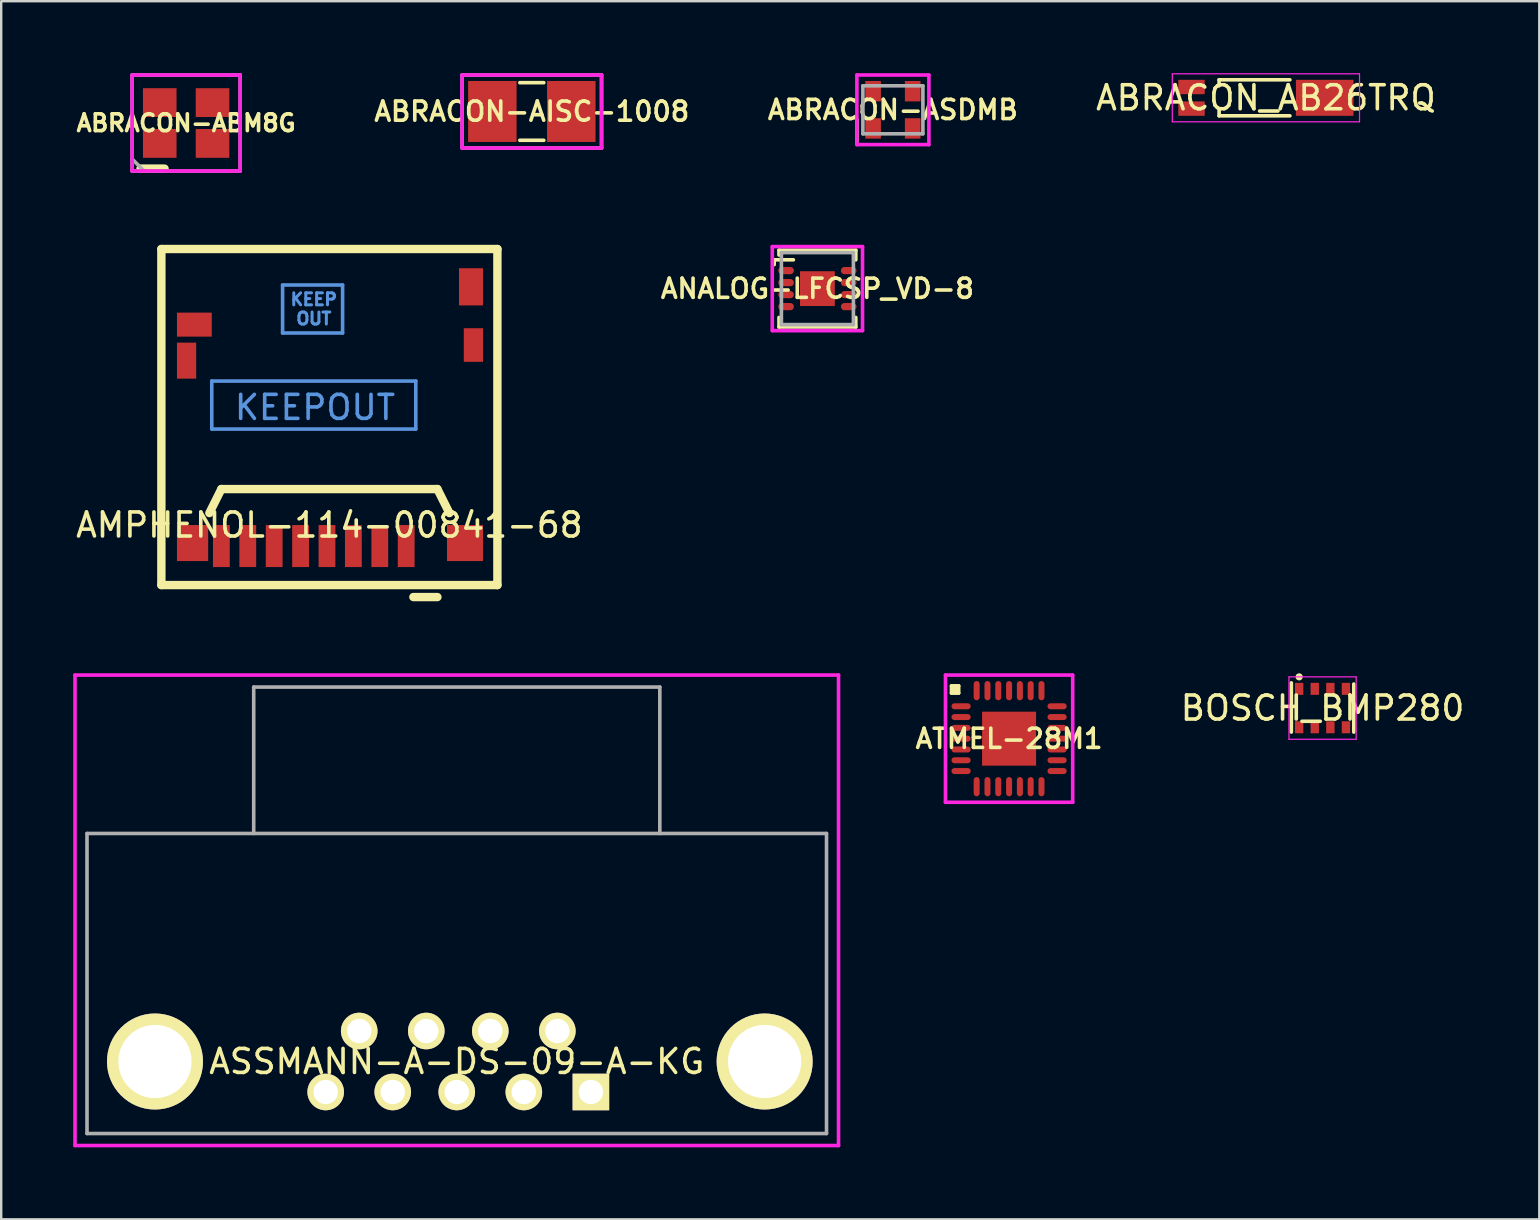
<source format=kicad_pcb>
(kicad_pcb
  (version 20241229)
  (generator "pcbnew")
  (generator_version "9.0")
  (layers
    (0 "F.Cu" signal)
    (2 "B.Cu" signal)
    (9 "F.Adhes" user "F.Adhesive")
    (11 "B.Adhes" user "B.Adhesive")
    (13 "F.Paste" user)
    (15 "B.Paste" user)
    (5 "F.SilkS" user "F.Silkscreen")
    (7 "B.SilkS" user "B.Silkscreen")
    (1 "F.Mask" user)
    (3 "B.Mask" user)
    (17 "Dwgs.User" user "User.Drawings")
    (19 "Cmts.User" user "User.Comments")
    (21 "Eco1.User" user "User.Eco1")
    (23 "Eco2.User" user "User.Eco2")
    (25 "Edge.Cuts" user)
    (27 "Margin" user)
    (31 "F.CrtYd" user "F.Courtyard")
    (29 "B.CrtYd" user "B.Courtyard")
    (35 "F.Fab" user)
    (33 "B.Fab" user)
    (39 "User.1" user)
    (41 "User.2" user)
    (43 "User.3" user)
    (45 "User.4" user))
  (footprint "ASSMANN-A-DS-09-A-KG"
    (layer "F.Cu")
    (at 15.98 41.175)
    (property "Reference" "ASSMANN-A-DS-09-A-KG" (at 0 0 0) (layer "F.SilkS") (effects (font (size 1 1) (thickness 0.15))))
    (attr through_hole)
    (fp_line (start -15.905 -16.1) (end 15.905 -16.1) (stroke (width 0.15) (type solid)) (layer "F.CrtYd"))
    (fp_line (start -15.905 3.5) (end -15.905 -16.1) (stroke (width 0.15) (type solid)) (layer "F.CrtYd"))
    (fp_line (start 15.905 -16.1) (end 15.905 3.5) (stroke (width 0.15) (type solid)) (layer "F.CrtYd"))
    (fp_line (start 15.905 3.5) (end -15.905 3.5) (stroke (width 0.15) (type solid)) (layer "F.CrtYd"))
    (fp_line (start -15.405 -9.5) (end 15.405 -9.5) (stroke (width 0.15) (type solid)) (layer "F.Fab"))
    (fp_line (start -15.405 3) (end -15.405 -9.5) (stroke (width 0.15) (type solid)) (layer "F.Fab"))
    (fp_line (start -8.46 -15.6) (end 8.46 -15.6) (stroke (width 0.15) (type solid)) (layer "F.Fab"))
    (fp_line (start -8.46 -9.5) (end -8.46 -15.6) (stroke (width 0.15) (type solid)) (layer "F.Fab"))
    (fp_line (start 8.46 -15.6) (end 8.46 -9.5) (stroke (width 0.15) (type solid)) (layer "F.Fab"))
    (fp_line (start 15.405 -9.5) (end 15.405 3) (stroke (width 0.15) (type solid)) (layer "F.Fab"))
    (fp_line (start 15.405 3) (end -15.405 3) (stroke (width 0.15) (type solid)) (layer "F.Fab"))
    (pad "" thru_hole circle (at -12.573 0) (size 4 4) (drill 3.05) (layers "*.Cu" "*.Mask" "F.SilkS"))
    (pad "" thru_hole circle (at 12.827 0) (size 4 4) (drill 3.05) (layers "*.Cu" "*.Mask" "F.SilkS"))
    (pad "1" thru_hole rect (at 5.588 1.27) (size 1.524 1.524) (drill 1.016) (layers "*.Cu" "*.Mask" "F.SilkS"))
    (pad "2" thru_hole circle (at 2.794 1.27) (size 1.524 1.524) (drill 1.016) (layers "*.Cu" "*.Mask" "F.SilkS"))
    (pad "3" thru_hole circle (at 0 1.27) (size 1.524 1.524) (drill 1.016) (layers "*.Cu" "*.Mask" "F.SilkS"))
    (pad "4" thru_hole circle (at -2.667 1.27) (size 1.524 1.524) (drill 1.016) (layers "*.Cu" "*.Mask" "F.SilkS"))
    (pad "5" thru_hole circle (at -5.461 1.27) (size 1.524 1.524) (drill 1.016) (layers "*.Cu" "*.Mask" "F.SilkS"))
    (pad "6" thru_hole circle (at 4.191 -1.27) (size 1.524 1.524) (drill 1.016) (layers "*.Cu" "*.Mask" "F.SilkS"))
    (pad "7" thru_hole circle (at 1.397 -1.27) (size 1.524 1.524) (drill 1.016) (layers "*.Cu" "*.Mask" "F.SilkS"))
    (pad "8" thru_hole circle (at -1.27 -1.27) (size 1.524 1.524) (drill 1.016) (layers "*.Cu" "*.Mask" "F.SilkS"))
    (pad "9" thru_hole circle (at -4.064 -1.27) (size 1.524 1.524) (drill 1.016) (layers "*.Cu" "*.Mask" "F.SilkS")))
  (footprint "ABRACON-ASDMB"
    (layer "F.Cu")
    (at 34.15 1.525)
    (property "Reference" "ABRACON-ASDMB" (at 0 0 0) (layer "F.SilkS") (effects (font (size 0.8 0.8) (thickness 0.15))))
    (attr smd)
    (fp_line (start -1.5 0.4) (end -1.5 1.4) (stroke (width 0.15) (type solid)) (layer "F.SilkS"))
    (fp_line (start -1.5 -1.45) (end 1.5 -1.45) (stroke (width 0.15) (type solid)) (layer "F.CrtYd"))
    (fp_line (start -1.5 1.45) (end -1.5 -1.45) (stroke (width 0.15) (type solid)) (layer "F.CrtYd"))
    (fp_line (start 1.5 -1.45) (end 1.5 1.45) (stroke (width 0.15) (type solid)) (layer "F.CrtYd"))
    (fp_line (start 1.5 1.45) (end -1.5 1.45) (stroke (width 0.15) (type solid)) (layer "F.CrtYd"))
    (fp_line (start -1.25 -1) (end 1.25 -1) (stroke (width 0.15) (type solid)) (layer "F.Fab"))
    (fp_line (start -1.25 1) (end -1.25 -1) (stroke (width 0.15) (type solid)) (layer "F.Fab"))
    (fp_line (start 1.25 -1) (end 1.25 1) (stroke (width 0.15) (type solid)) (layer "F.Fab"))
    (fp_line (start 1.25 1) (end -1.25 1) (stroke (width 0.15) (type solid)) (layer "F.Fab"))
    (pad "1" smd rect (at -0.825 0.775) (size 0.65 0.85) (layers "F.Cu" "F.Mask" "F.Paste"))
    (pad "2" smd rect (at 0.825 0.775) (size 0.65 0.85) (layers "F.Cu" "F.Mask" "F.Paste"))
    (pad "3" smd rect (at 0.825 -0.775) (size 0.65 0.85) (layers "F.Cu" "F.Mask" "F.Paste"))
    (pad "4" smd rect (at -0.825 -0.775) (size 0.65 0.85) (layers "F.Cu" "F.Mask" "F.Paste")))
  (footprint "ATMEL-28M1"
    (layer "F.Cu")
    (at 38.991 27.725)
    (property "Reference" "ATMEL-28M1" (at 0 0 0) (layer "F.SilkS") (effects (font (size 0.8 0.8) (thickness 0.15))))
    (attr through_hole)
    (fp_line (start -2.4 -2.2) (end -2.4 -1.9) (stroke (width 0.15) (type solid)) (layer "F.SilkS"))
    (fp_line (start -2.4 -1.9) (end -2.1 -1.9) (stroke (width 0.15) (type solid)) (layer "F.SilkS"))
    (fp_line (start -2.3 -1.9) (end -2.3 -2.2) (stroke (width 0.15) (type solid)) (layer "F.SilkS"))
    (fp_line (start -2.2 -2.2) (end -2.2 -1.9) (stroke (width 0.15) (type solid)) (layer "F.SilkS"))
    (fp_line (start -2.1 -2.2) (end -2.4 -2.2) (stroke (width 0.15) (type solid)) (layer "F.SilkS"))
    (fp_line (start -2.1 -1.9) (end -2.1 -2.2) (stroke (width 0.15) (type solid)) (layer "F.SilkS"))
    (fp_line (start -2.65 -2.65) (end 2.65 -2.65) (stroke (width 0.15) (type solid)) (layer "F.CrtYd"))
    (fp_line (start -2.65 2.65) (end -2.65 -2.65) (stroke (width 0.15) (type solid)) (layer "F.CrtYd"))
    (fp_line (start 2.65 -2.65) (end 2.65 2.65) (stroke (width 0.15) (type solid)) (layer "F.CrtYd"))
    (fp_line (start 2.65 2.65) (end -2.65 2.65) (stroke (width 0.15) (type solid)) (layer "F.CrtYd"))
    (pad "1" smd oval (at -2 -1.35) (size 0.8 0.25) (layers "F.Cu" "F.Mask" "F.Paste"))
    (pad "2" smd oval (at -2 -0.9) (size 0.8 0.25) (layers "F.Cu" "F.Mask" "F.Paste"))
    (pad "3" smd oval (at -2 -0.45) (size 0.8 0.25) (layers "F.Cu" "F.Mask" "F.Paste"))
    (pad "4" smd oval (at -2 0) (size 0.8 0.25) (layers "F.Cu" "F.Mask" "F.Paste"))
    (pad "5" smd oval (at -2 0.45) (size 0.8 0.25) (layers "F.Cu" "F.Mask" "F.Paste"))
    (pad "6" smd oval (at -2 0.9) (size 0.8 0.25) (layers "F.Cu" "F.Mask" "F.Paste"))
    (pad "7" smd oval (at -2 1.35) (size 0.8 0.25) (layers "F.Cu" "F.Mask" "F.Paste"))
    (pad "8" smd oval (at -1.35 2) (size 0.25 0.8) (layers "F.Cu" "F.Mask" "F.Paste"))
    (pad "9" smd oval (at -0.9 2) (size 0.25 0.8) (layers "F.Cu" "F.Mask" "F.Paste"))
    (pad "10" smd oval (at -0.45 2) (size 0.25 0.8) (layers "F.Cu" "F.Mask" "F.Paste"))
    (pad "11" smd oval (at 0 2) (size 0.25 0.8) (layers "F.Cu" "F.Mask" "F.Paste"))
    (pad "12" smd oval (at 0.45 2) (size 0.25 0.8) (layers "F.Cu" "F.Mask" "F.Paste"))
    (pad "13" smd oval (at 0.9 2) (size 0.25 0.8) (layers "F.Cu" "F.Mask" "F.Paste"))
    (pad "14" smd oval (at 1.35 2) (size 0.25 0.8) (layers "F.Cu" "F.Mask" "F.Paste"))
    (pad "15" smd oval (at 2 1.35) (size 0.8 0.25) (layers "F.Cu" "F.Mask" "F.Paste"))
    (pad "16" smd oval (at 2 0.9) (size 0.8 0.25) (layers "F.Cu" "F.Mask" "F.Paste"))
    (pad "17" smd oval (at 2 0.45) (size 0.8 0.25) (layers "F.Cu" "F.Mask" "F.Paste"))
    (pad "18" smd oval (at 2 0) (size 0.8 0.25) (layers "F.Cu" "F.Mask" "F.Paste"))
    (pad "19" smd oval (at 2 -0.45) (size 0.8 0.25) (layers "F.Cu" "F.Mask" "F.Paste"))
    (pad "20" smd oval (at 2 -0.9) (size 0.8 0.25) (layers "F.Cu" "F.Mask" "F.Paste"))
    (pad "21" smd oval (at 2 -1.35) (size 0.8 0.25) (layers "F.Cu" "F.Mask" "F.Paste"))
    (pad "22" smd oval (at 1.35 -2) (size 0.25 0.8) (layers "F.Cu" "F.Mask" "F.Paste"))
    (pad "23" smd oval (at 0.9 -2) (size 0.25 0.8) (layers "F.Cu" "F.Mask" "F.Paste"))
    (pad "24" smd oval (at 0.45 -2) (size 0.25 0.8) (layers "F.Cu" "F.Mask" "F.Paste"))
    (pad "25" smd oval (at 0 -2) (size 0.25 0.8) (layers "F.Cu" "F.Mask" "F.Paste"))
    (pad "26" smd oval (at -0.45 -2) (size 0.25 0.8) (layers "F.Cu" "F.Mask" "F.Paste"))
    (pad "27" smd oval (at -0.9 -2) (size 0.25 0.8) (layers "F.Cu" "F.Mask" "F.Paste"))
    (pad "28" smd oval (at -1.35 -2) (size 0.25 0.8) (layers "F.Cu" "F.Mask" "F.Paste"))
    (pad "29" smd rect (at 0 0) (size 2.25 2.25) (layers "F.Cu" "F.Mask" "F.Paste")))
  (footprint "ABRACON-AISC-1008"
    (layer "F.Cu")
    (at 19.107 1.595)
    (property "Reference" "ABRACON-AISC-1008" (at 0 0 0) (layer "F.SilkS") (effects (font (size 0.8 0.8) (thickness 0.15))))
    (attr smd)
    (fp_line (start -0.5 -1.2) (end 0.5 -1.2) (stroke (width 0.15) (type solid)) (layer "F.SilkS"))
    (fp_line (start -0.5 1.2) (end 0.5 1.2) (stroke (width 0.15) (type solid)) (layer "F.SilkS"))
    (fp_line (start -2.905 -1.52) (end 2.905 -1.52) (stroke (width 0.15) (type solid)) (layer "F.CrtYd"))
    (fp_line (start -2.905 1.52) (end -2.905 -1.52) (stroke (width 0.15) (type solid)) (layer "F.CrtYd"))
    (fp_line (start 2.905 -1.52) (end 2.905 1.52) (stroke (width 0.15) (type solid)) (layer "F.CrtYd"))
    (fp_line (start 2.905 1.52) (end -2.905 1.52) (stroke (width 0.15) (type solid)) (layer "F.CrtYd"))
    (fp_line (start -2.905 -1.52) (end 2.905 -1.52) (stroke (width 0.15) (type solid)) (layer "F.Fab"))
    (fp_line (start -2.905 1.52) (end -2.905 -1.52) (stroke (width 0.15) (type solid)) (layer "F.Fab"))
    (fp_line (start 2.905 -1.52) (end 2.905 1.52) (stroke (width 0.15) (type solid)) (layer "F.Fab"))
    (fp_line (start 2.905 1.52) (end -2.905 1.52) (stroke (width 0.15) (type solid)) (layer "F.Fab"))
    (pad "1" smd rect (at -1.645 0) (size 2.02 2.54) (layers "F.Cu" "F.Mask" "F.Paste"))
    (pad "2" smd rect (at 1.645 0) (size 2.02 2.54) (layers "F.Cu" "F.Mask" "F.Paste")))
  (footprint "ABRACON-ABM8G"
    (layer "F.Cu")
    (at 4.705 2.075)
    (property "Reference" "ABRACON-ABM8G" (at 0 0 0) (layer "F.SilkS") (effects (font (size 0.7 0.7) (thickness 0.15))))
    (attr smd)
    (fp_line (start -1.9 1.9) (end -0.9 1.9) (stroke (width 0.35) (type solid)) (layer "F.SilkS"))
    (fp_line (start -2.25 -2) (end -2.25 2) (stroke (width 0.15) (type solid)) (layer "F.CrtYd"))
    (fp_line (start -2.25 2) (end 2.25 2) (stroke (width 0.15) (type solid)) (layer "F.CrtYd"))
    (fp_line (start 2.25 -2) (end -2.25 -2) (stroke (width 0.15) (type solid)) (layer "F.CrtYd"))
    (fp_line (start 2.25 2) (end 2.25 -2) (stroke (width 0.15) (type solid)) (layer "F.CrtYd"))
    (fp_line (start -2.25 -2) (end 2.25 -2) (stroke (width 0.15) (type solid)) (layer "F.Fab"))
    (fp_line (start -2.25 1.5) (end -1.75 2) (stroke (width 0.15) (type solid)) (layer "F.Fab"))
    (fp_line (start -2.25 2) (end -2.25 -2) (stroke (width 0.15) (type solid)) (layer "F.Fab"))
    (fp_line (start 2.25 -2) (end 2.25 2) (stroke (width 0.15) (type solid)) (layer "F.Fab"))
    (fp_line (start 2.25 2) (end -2.25 2) (stroke (width 0.15) (type solid)) (layer "F.Fab"))
    (pad "1" smd rect (at -1.1 0.85) (size 1.4 1.2) (layers "F.Cu" "F.Mask" "F.Paste"))
    (pad "2" smd rect (at 1.1 -0.85) (size 1.4 1.2) (layers "F.Cu" "F.Mask" "F.Paste"))
    (pad "3" smd rect (at -1.1 -0.85) (size 1.4 1.2) (layers "F.Cu" "F.Mask" "F.Paste"))
    (pad "3" smd rect (at 1.1 0.85) (size 1.4 1.2) (layers "F.Cu" "F.Mask" "F.Paste")))
  (footprint "ANALOG-LFCSP_VD-8"
    (layer "F.Cu")
    (at 31.005 8.975)
    (property "Reference" "ANALOG-LFCSP_VD-8" (at 0 0 0) (layer "F.SilkS") (effects (font (size 0.8 0.8) (thickness 0.15))))
    (attr smd)
    (fp_line (start -1.8 -1.2) (end -1 -1.2) (stroke (width 0.15) (type solid)) (layer "F.SilkS"))
    (fp_line (start -1.8 -1) (end -1.8 -1.2) (stroke (width 0.15) (type solid)) (layer "F.SilkS"))
    (fp_line (start -1.6 -1.6) (end 1.6 -1.6) (stroke (width 0.15) (type solid)) (layer "F.SilkS"))
    (fp_line (start -1.6 -1.4) (end -1.6 -1.6) (stroke (width 0.15) (type solid)) (layer "F.SilkS"))
    (fp_line (start -1.6 1.6) (end -1.6 1.2) (stroke (width 0.15) (type solid)) (layer "F.SilkS"))
    (fp_line (start 1.6 -1.6) (end 1.6 -1.2) (stroke (width 0.15) (type solid)) (layer "F.SilkS"))
    (fp_line (start 1.6 1.2) (end 1.6 1.6) (stroke (width 0.15) (type solid)) (layer "F.SilkS"))
    (fp_line (start 1.6 1.6) (end -1.6 1.6) (stroke (width 0.15) (type solid)) (layer "F.SilkS"))
    (fp_line (start -1.88 -1.75) (end 1.88 -1.75) (stroke (width 0.15) (type solid)) (layer "F.CrtYd"))
    (fp_line (start -1.88 1.75) (end -1.88 -1.75) (stroke (width 0.15) (type solid)) (layer "F.CrtYd"))
    (fp_line (start 1.88 -1.75) (end 1.88 1.75) (stroke (width 0.15) (type solid)) (layer "F.CrtYd"))
    (fp_line (start 1.88 1.75) (end -1.88 1.75) (stroke (width 0.15) (type solid)) (layer "F.CrtYd"))
    (fp_line (start -1.5 -1.5) (end 1.5 -1.5) (stroke (width 0.15) (type solid)) (layer "F.Fab"))
    (fp_line (start -1.5 1.5) (end -1.5 -1.5) (stroke (width 0.15) (type solid)) (layer "F.Fab"))
    (fp_line (start 1.5 -1.5) (end 1.5 1.5) (stroke (width 0.15) (type solid)) (layer "F.Fab"))
    (fp_line (start 1.5 1.5) (end -1.5 1.5) (stroke (width 0.15) (type solid)) (layer "F.Fab"))
    (pad "1" smd oval (at -1.305 -0.75) (size 0.65 0.3) (layers "F.Cu" "F.Mask" "F.Paste"))
    (pad "2" smd oval (at -1.305 -0.25) (size 0.65 0.3) (layers "F.Cu" "F.Mask" "F.Paste"))
    (pad "3" smd oval (at -1.305 0.25) (size 0.65 0.3) (layers "F.Cu" "F.Mask" "F.Paste"))
    (pad "4" smd oval (at -1.305 0.75) (size 0.65 0.3) (layers "F.Cu" "F.Mask" "F.Paste"))
    (pad "5" smd oval (at 1.305 0.75) (size 0.65 0.3) (layers "F.Cu" "F.Mask" "F.Paste"))
    (pad "6" smd oval (at 1.305 0.25) (size 0.65 0.3) (layers "F.Cu" "F.Mask" "F.Paste"))
    (pad "7" smd oval (at 1.305 -0.25) (size 0.65 0.3) (layers "F.Cu" "F.Mask" "F.Paste"))
    (pad "8" smd oval (at 1.305 -0.75) (size 0.65 0.3) (layers "F.Cu" "F.Mask" "F.Paste"))
    (pad "9" smd rect (at 0 0) (size 1.45 1.45) (layers "F.Cu" "F.Mask" "F.Paste")))
  (footprint "AMPHENOL-114-00841-68"
    (layer "F.Cu")
    (at 10.673 18.825)
    (property "Reference" "AMPHENOL-114-00841-68" (at 0 0 0) (layer "F.SilkS") (effects (font (size 1 1) (thickness 0.15))))
    (attr through_hole)
    (fp_line (start -7 -11.5) (end -7 2.5) (stroke (width 0.35) (type solid)) (layer "F.SilkS"))
    (fp_line (start -7 2.5) (end 7 2.5) (stroke (width 0.35) (type solid)) (layer "F.SilkS"))
    (fp_line (start -5 -0.5) (end -4.5 -1.5) (stroke (width 0.35) (type solid)) (layer "F.SilkS"))
    (fp_line (start -4.5 -1.5) (end 4.5 -1.5) (stroke (width 0.35) (type solid)) (layer "F.SilkS"))
    (fp_line (start 3.5 3) (end 4.5 3) (stroke (width 0.35) (type solid)) (layer "F.SilkS"))
    (fp_line (start 4.5 -1.5) (end 5 -0.5) (stroke (width 0.35) (type solid)) (layer "F.SilkS"))
    (fp_line (start 7 -11.5) (end -7 -11.5) (stroke (width 0.35) (type solid)) (layer "F.SilkS"))
    (fp_line (start 7 2.5) (end 7 -11.5) (stroke (width 0.35) (type solid)) (layer "F.SilkS"))
    (fp_line (start -4.9 -6) (end 3.6 -6) (stroke (width 0.15) (type solid)) (layer "Cmts.User"))
    (fp_line (start -4.9 -4) (end -4.9 -6) (stroke (width 0.15) (type solid)) (layer "Cmts.User"))
    (fp_line (start -1.95 -10) (end 0.55 -10) (stroke (width 0.15) (type solid)) (layer "Cmts.User"))
    (fp_line (start -1.95 -8) (end -1.95 -10) (stroke (width 0.15) (type solid)) (layer "Cmts.User"))
    (fp_line (start 0.55 -10) (end 0.55 -8) (stroke (width 0.15) (type solid)) (layer "Cmts.User"))
    (fp_line (start 0.55 -8) (end -1.95 -8) (stroke (width 0.15) (type solid)) (layer "Cmts.User"))
    (fp_line (start 3.6 -6) (end 3.6 -4) (stroke (width 0.15) (type solid)) (layer "Cmts.User"))
    (fp_line (start 3.6 -4) (end -4.9 -4) (stroke (width 0.15) (type solid)) (layer "Cmts.User"))
    (fp_text user "OUT" (at -0.65 -8.6 0) (layer "Cmts.User") (effects (font (size 0.5 0.5) (thickness 0.125))))
    (fp_text user "KEEP" (at -0.65 -9.4 0) (layer "Cmts.User") (effects (font (size 0.5 0.5) (thickness 0.125))))
    (fp_text user "KEEPOUT" (at -0.6 -4.9 0) (layer "Cmts.User") (effects (font (size 1 1) (thickness 0.15))))
    (pad "1" smd rect (at 3.2 0.875) (size 0.7 1.75) (layers "F.Cu" "F.Mask" "F.Paste"))
    (pad "2" smd rect (at 2.1 0.875) (size 0.7 1.75) (layers "F.Cu" "F.Mask" "F.Paste"))
    (pad "3" smd rect (at 1 0.875) (size 0.7 1.75) (layers "F.Cu" "F.Mask" "F.Paste"))
    (pad "4" smd rect (at -0.1 0.875) (size 0.7 1.75) (layers "F.Cu" "F.Mask" "F.Paste"))
    (pad "5" smd rect (at -1.2 0.875) (size 0.7 1.75) (layers "F.Cu" "F.Mask" "F.Paste"))
    (pad "6" smd rect (at -2.3 0.875) (size 0.7 1.75) (layers "F.Cu" "F.Mask" "F.Paste"))
    (pad "7" smd rect (at -3.4 0.875) (size 0.7 1.75) (layers "F.Cu" "F.Mask" "F.Paste"))
    (pad "8" smd rect (at -4.5 0.875) (size 0.7 1.75) (layers "F.Cu" "F.Mask" "F.Paste"))
    (pad "9" smd rect (at -5.625 -8.35) (size 1.45 1) (layers "F.Cu" "F.Mask" "F.Paste"))
    (pad "10" smd rect (at 5.9 -9.925) (size 1 1.55) (layers "F.Cu" "F.Mask" "F.Paste"))
    (pad "11" smd rect (at -5.95 -6.85) (size 0.8 1.5) (layers "F.Cu" "F.Mask" "F.Paste"))
    (pad "11" smd rect (at -5.7 0.75) (size 1.3 1.5) (layers "F.Cu" "F.Mask" "F.Paste"))
    (pad "11" smd rect (at 5.65 0.75) (size 1.5 1.5) (layers "F.Cu" "F.Mask" "F.Paste"))
    (pad "11" smd rect (at 6 -7.5) (size 0.8 1.4) (layers "F.Cu" "F.Mask" "F.Paste")))
  (footprint "BOSCH_BMP280"
    (layer "F.Cu")
    (at 52.051 26.45)
    (property "Reference" "BOSCH_BMP280" (at 0 0 0) (layer "F.SilkS") (effects (font (size 1 1) (thickness 0.15))))
    (attr through_hole)
    (fp_line (start -1.3 1) (end -1.3 -1.05) (stroke (width 0.15) (type solid)) (layer "F.SilkS"))
    (fp_line (start 1.3 -1) (end 1.3 1) (stroke (width 0.15) (type solid)) (layer "F.SilkS"))
    (fp_circle (center -0.975 -1.3) (end -0.9 -1.3) (stroke (width 0.15) (type solid)) (fill no) (layer "F.SilkS"))
    (fp_line (start -1.4 -1.3) (end 1.4 -1.3) (stroke (width 0.05) (type solid)) (layer "F.CrtYd"))
    (fp_line (start -1.4 1.3) (end -1.4 -1.3) (stroke (width 0.05) (type solid)) (layer "F.CrtYd"))
    (fp_line (start -1.4 1.3) (end 1.4 1.3) (stroke (width 0.05) (type solid)) (layer "F.CrtYd"))
    (fp_line (start 1.4 1.3) (end 1.4 -1.3) (stroke (width 0.05) (type solid)) (layer "F.CrtYd"))
    (pad "1" smd rect (at -0.975 -0.8) (size 0.35 0.5) (layers "F.Cu" "F.Mask" "F.Paste"))
    (pad "2" smd rect (at -0.325 -0.8) (size 0.35 0.5) (layers "F.Cu" "F.Mask" "F.Paste"))
    (pad "3" smd rect (at 0.325 -0.8) (size 0.35 0.5) (layers "F.Cu" "F.Mask" "F.Paste"))
    (pad "4" smd rect (at 0.975 -0.8) (size 0.35 0.5) (layers "F.Cu" "F.Mask" "F.Paste"))
    (pad "5" smd rect (at 0.975 0.8) (size 0.35 0.5) (layers "F.Cu" "F.Mask" "F.Paste"))
    (pad "6" smd rect (at 0.325 0.8) (size 0.35 0.5) (layers "F.Cu" "F.Mask" "F.Paste"))
    (pad "7" smd rect (at -0.325 0.8) (size 0.35 0.5) (layers "F.Cu" "F.Mask" "F.Paste"))
    (pad "8" smd rect (at -0.975 0.8) (size 0.35 0.5) (layers "F.Cu" "F.Mask" "F.Paste")))
  (footprint "ABRACON_AB26TRQ"
    (layer "F.Cu")
    (at 49.691 1.025)
    (property "Reference" "ABRACON_AB26TRQ" (at 0 0 0) (layer "F.SilkS") (effects (font (size 1 1) (thickness 0.15))))
    (attr through_hole)
    (fp_line (start -1.95 -0.75) (end -1.95 -0.5) (stroke (width 0.15) (type solid)) (layer "F.SilkS"))
    (fp_line (start -1.95 0.5) (end -1.95 0.75) (stroke (width 0.15) (type solid)) (layer "F.SilkS"))
    (fp_line (start -1.95 0.75) (end 1 0.75) (stroke (width 0.15) (type solid)) (layer "F.SilkS"))
    (fp_line (start 1 -0.75) (end -1.95 -0.75) (stroke (width 0.15) (type solid)) (layer "F.SilkS"))
    (fp_line (start -3.9 -1) (end 3.9 -1) (stroke (width 0.05) (type solid)) (layer "F.CrtYd"))
    (fp_line (start -3.9 1) (end -3.9 -1) (stroke (width 0.05) (type solid)) (layer "F.CrtYd"))
    (fp_line (start 3.9 -1) (end 3.9 1) (stroke (width 0.05) (type solid)) (layer "F.CrtYd"))
    (fp_line (start 3.9 1) (end -3.9 1) (stroke (width 0.05) (type solid)) (layer "F.CrtYd"))
    (pad "1" smd rect (at -3.1 -0.45) (size 1.1 0.6) (layers "F.Cu" "F.Mask" "F.Paste"))
    (pad "2" smd rect (at -3.1 0.45) (size 1.1 0.6) (layers "F.Cu" "F.Mask" "F.Paste"))
    (pad "3" smd rect (at 2.45 0) (size 2.4 1.5) (layers "F.Cu" "F.Mask" "F.Paste")))
  (gr_rect
    (start -3 -3)
    (end 61.081 47.75)
    (stroke (width 0.1) (type default))
    (fill no)
    (layer "Edge.Cuts")))
</source>
